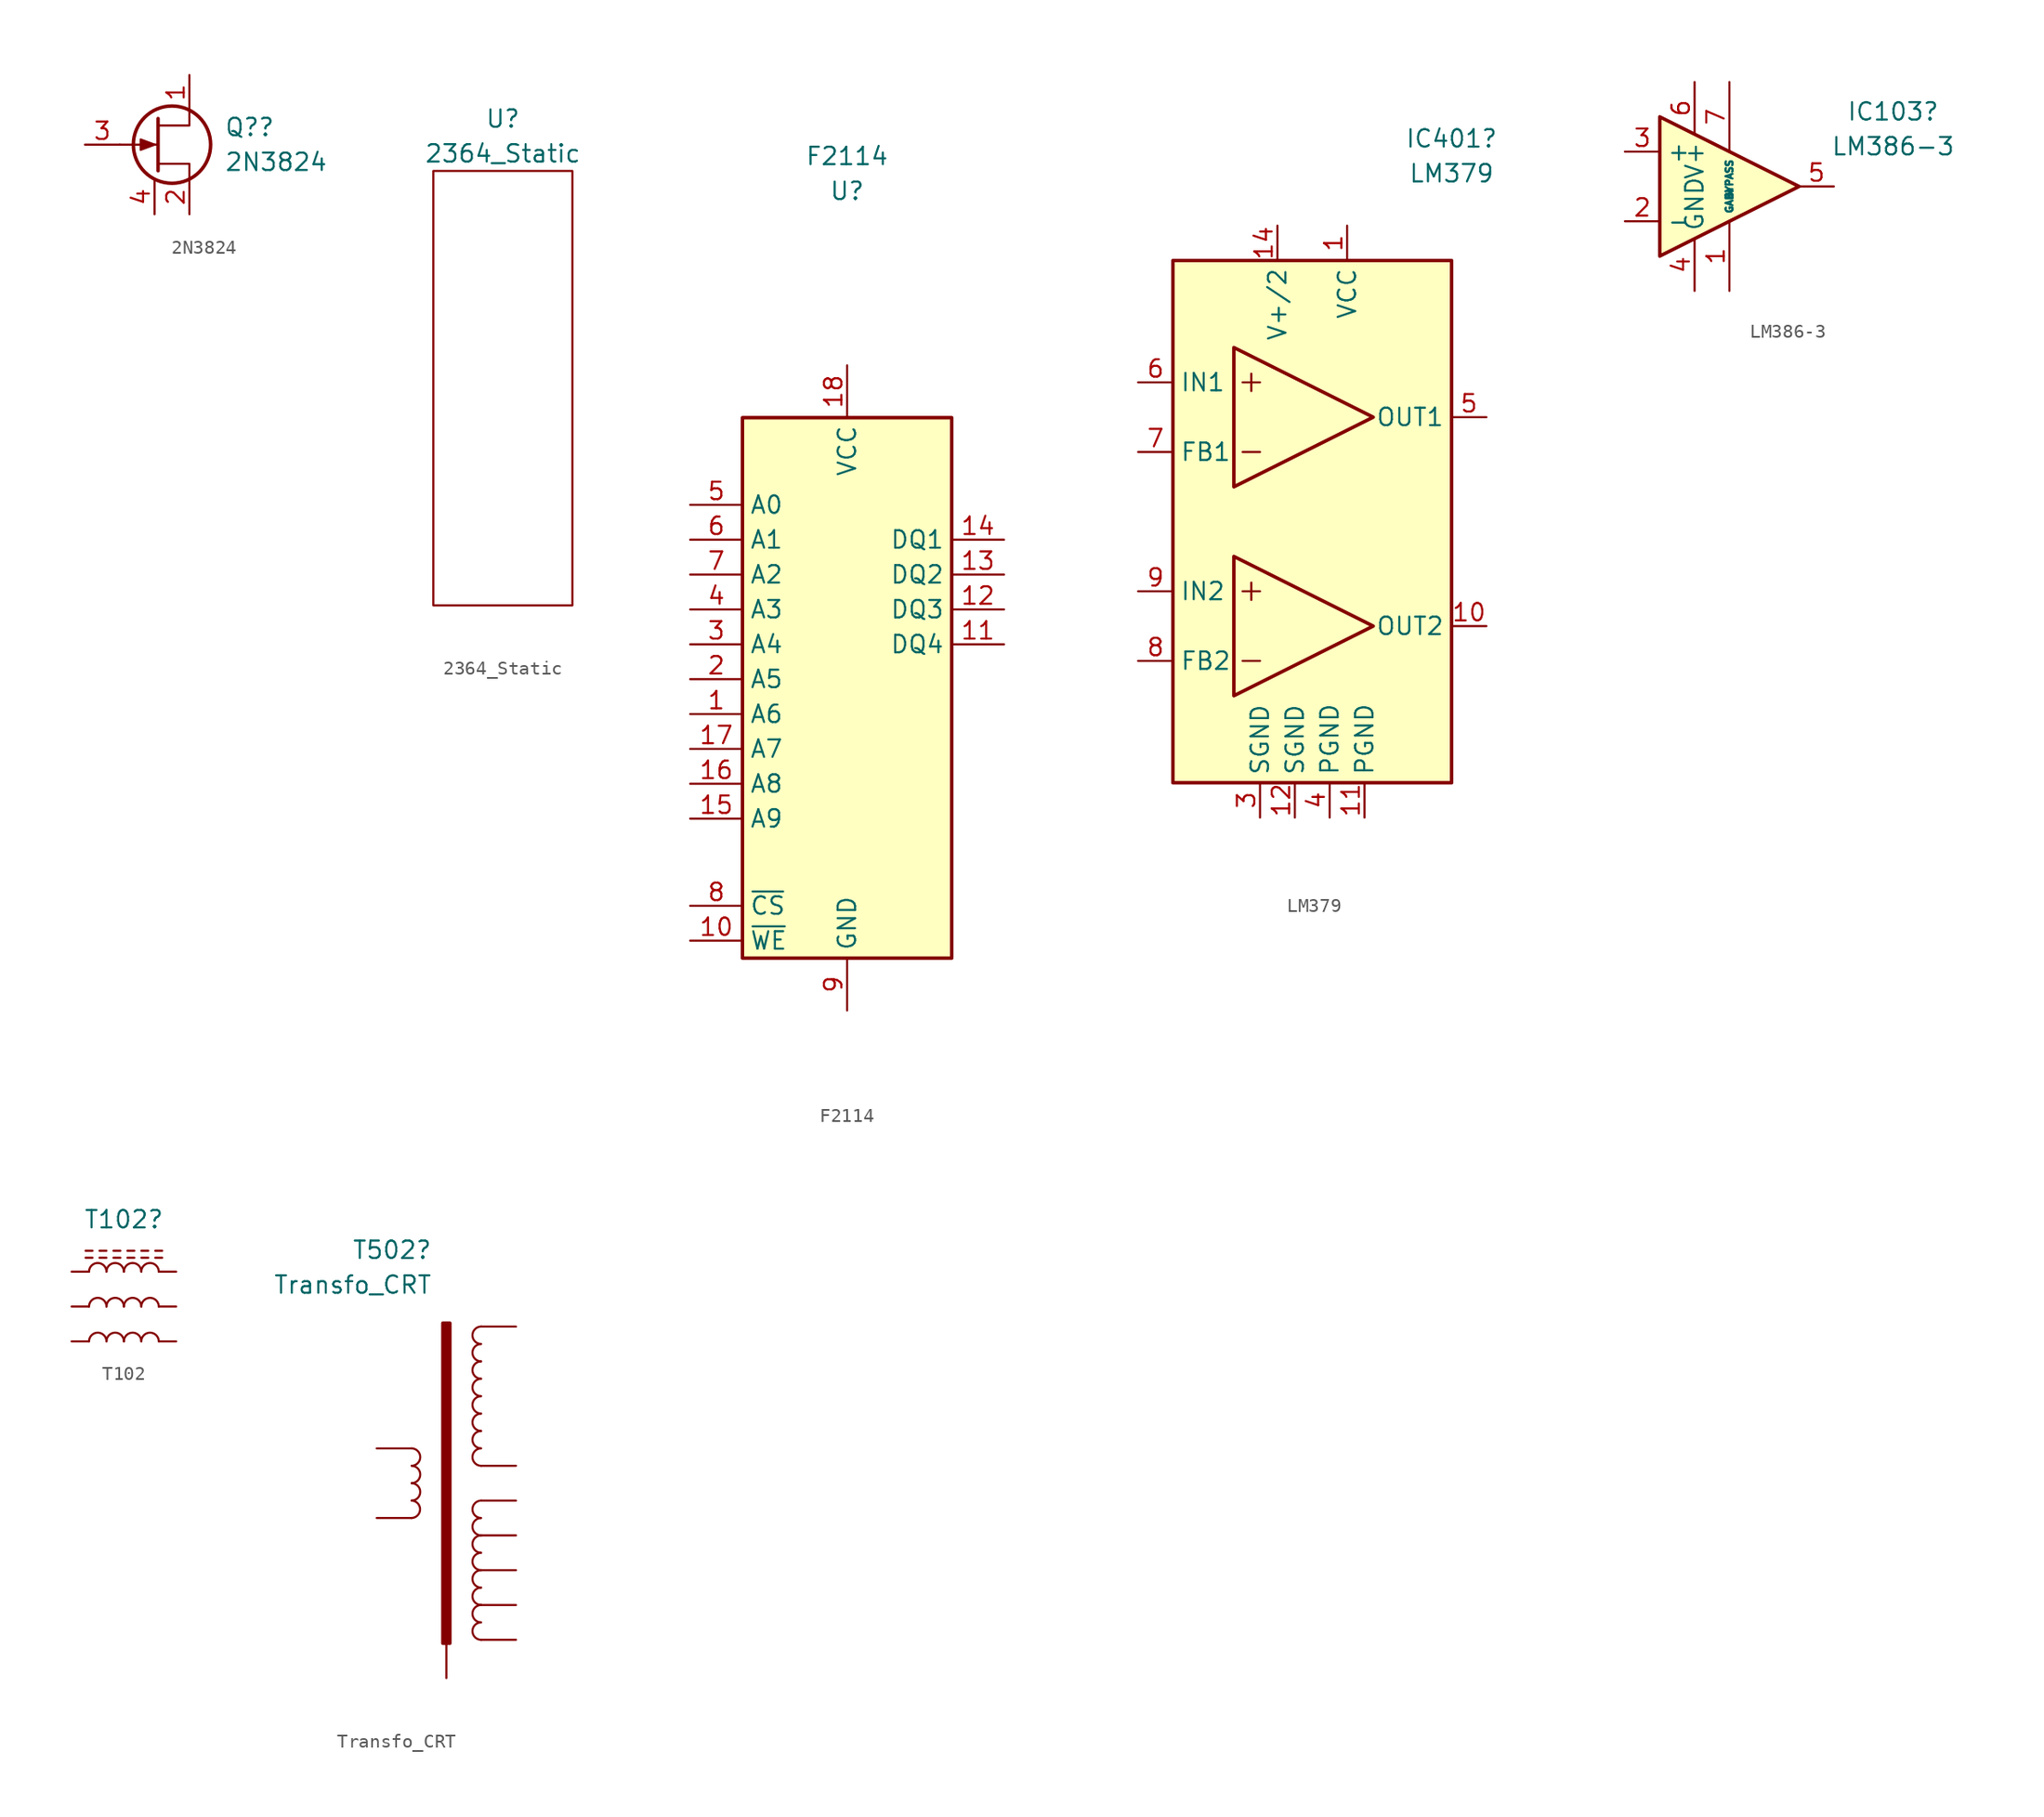
<source format=kicad_sym>
(kicad_symbol_lib
  (version 20211014)
  (generator kicad_symbol_editor)
  (symbol "2N3824"
    (pin_names hide)
    (property "Reference" "Q?"
      (at 5.08 1.27 0)
      (effects (font (size 1.27 1.27)) (justify left)))
    (property "Value" "2N3824"
      (at 5.08 -1.27 0)
      (effects (font (size 1.27 1.27)) (justify left)))
    (symbol "2N3824_0_1"
      (polyline (pts (xy 0.254 0) (xy -2.54 0)) (stroke (width 0) (type default) (color 0 0 0 0)) (fill (type none)))
      (polyline (pts (xy 0.254 1.905) (xy 0.254 -1.905)) (stroke (width 0.254) (type default) (color 0 0 0 0)) (fill (type none)))
      (polyline (pts (xy 2.54 -2.54) (xy 2.54 -1.397) (xy 0.254 -1.397)) (stroke (width 0) (type default) (color 0 0 0 0)) (fill (type none)))
      (polyline (pts (xy 2.54 2.54) (xy 2.54 1.397) (xy 0.254 1.397)) (stroke (width 0) (type default) (color 0 0 0 0)) (fill (type none)))
      (polyline (pts (xy 0 0) (xy -1.016 0.381) (xy -1.016 -0.381) (xy 0 0)) (stroke (width 0) (type default) (color 0 0 0 0)) (fill (type outline)))
      (circle (center 1.27 0) (radius 2.819) (stroke (width 0.254) (type default) (color 0 0 0 0)) (fill (type none))))
    (symbol "2N3824_1_1"
      (pin passive line (at 2.54 5.08 270) (length 2.54) (name "D" (effects (font (size 1.27 1.27)))) (number "1" (effects (font (size 1.27 1.27)))))
      (pin passive line (at 2.54 -5.08 90) (length 2.54) (name "S" (effects (font (size 1.27 1.27)))) (number "2" (effects (font (size 1.27 1.27)))))
      (pin input line (at -5.08 0 0) (length 2.54) (name "G" (effects (font (size 1.27 1.27)))) (number "3" (effects (font (size 1.27 1.27)))))
      (pin passive line (at 0 -5.08 90) (length 2.54) (name "" (effects (font (size 1.27 1.27)))) (number "4" (effects (font (size 1.27 1.27)))))))
  (symbol "2364_Static"
    (property "Reference" "U"
      (at 0 16.51 0)
      (effects (font (size 1.27 1.27))))
    (property "Value" "2364_Static"
      (at 0 13.97 0)
      (effects (font (size 1.27 1.27))))
    (symbol "2364_Static_0_1"
      (rectangle (start -5.08 12.7) (end 5.08 -19.05) (stroke (width 0) (type default) (color 0 0 0 0)) (fill (type none)))))
  (symbol "F2114"
    (property "Reference" "U"
      (at 0 44.45 0)
      (effects (font (size 1.27 1.27))))
    (property "Value" "F2114"
      (at 0 46.99 0)
      (effects (font (size 1.27 1.27))))
    (symbol "F2114_0_0"
      (pin power_in line (at 0 31.75 270) (length 3.81) (name "VCC" (effects (font (size 1.27 1.27)))) (number "18" (effects (font (size 1.27 1.27)))))
      (pin power_in line (at 0 -15.24 90) (length 3.81) (name "GND" (effects (font (size 1.27 1.27)))) (number "9" (effects (font (size 1.27 1.27))))))
    (symbol "F2114_0_1"
      (rectangle (start -7.62 27.94) (end 7.62 -11.43) (stroke (width 0.254) (type default) (color 0 0 0 0)) (fill (type background))))
    (symbol "F2114_1_1"
      (pin input line (at -11.43 6.35 0) (length 3.81) (name "A6" (effects (font (size 1.27 1.27)))) (number "1" (effects (font (size 1.27 1.27)))))
      (pin input line (at -11.43 -10.16 0) (length 3.81) (name "~{WE}" (effects (font (size 1.27 1.27)))) (number "10" (effects (font (size 1.27 1.27)))))
      (pin tri_state line (at 11.43 11.43 180) (length 3.81) (name "DQ4" (effects (font (size 1.27 1.27)))) (number "11" (effects (font (size 1.27 1.27)))))
      (pin tri_state line (at 11.43 13.97 180) (length 3.81) (name "DQ3" (effects (font (size 1.27 1.27)))) (number "12" (effects (font (size 1.27 1.27)))))
      (pin tri_state line (at 11.43 16.51 180) (length 3.81) (name "DQ2" (effects (font (size 1.27 1.27)))) (number "13" (effects (font (size 1.27 1.27)))))
      (pin tri_state line (at 11.43 19.05 180) (length 3.81) (name "DQ1" (effects (font (size 1.27 1.27)))) (number "14" (effects (font (size 1.27 1.27)))))
      (pin input line (at -11.43 -1.27 0) (length 3.81) (name "A9" (effects (font (size 1.27 1.27)))) (number "15" (effects (font (size 1.27 1.27)))))
      (pin input line (at -11.43 1.27 0) (length 3.81) (name "A8" (effects (font (size 1.27 1.27)))) (number "16" (effects (font (size 1.27 1.27)))))
      (pin input line (at -11.43 3.81 0) (length 3.81) (name "A7" (effects (font (size 1.27 1.27)))) (number "17" (effects (font (size 1.27 1.27)))))
      (pin input line (at -11.43 8.89 0) (length 3.81) (name "A5" (effects (font (size 1.27 1.27)))) (number "2" (effects (font (size 1.27 1.27)))))
      (pin input line (at -11.43 11.43 0) (length 3.81) (name "A4" (effects (font (size 1.27 1.27)))) (number "3" (effects (font (size 1.27 1.27)))))
      (pin input line (at -11.43 13.97 0) (length 3.81) (name "A3" (effects (font (size 1.27 1.27)))) (number "4" (effects (font (size 1.27 1.27)))))
      (pin input line (at -11.43 21.59 0) (length 3.81) (name "A0" (effects (font (size 1.27 1.27)))) (number "5" (effects (font (size 1.27 1.27)))))
      (pin input line (at -11.43 19.05 0) (length 3.81) (name "A1" (effects (font (size 1.27 1.27)))) (number "6" (effects (font (size 1.27 1.27)))))
      (pin input line (at -11.43 16.51 0) (length 3.81) (name "A2" (effects (font (size 1.27 1.27)))) (number "7" (effects (font (size 1.27 1.27)))))
      (pin input line (at -11.43 -7.62 0) (length 3.81) (name "~{CS}" (effects (font (size 1.27 1.27)))) (number "8" (effects (font (size 1.27 1.27)))))))
  (symbol "LM379"
    (property "Reference" "IC401"
      (at 10.16 27.94 0)
      (effects (font (size 1.27 1.27))))
    (property "Value" "LM379"
      (at 10.16 25.4 0)
      (effects (font (size 1.27 1.27))))
    (symbol "LM379_0_0"
      (text "" (at -4.191 10.414 0) (effects (font (size 1.27 1.27))))
      (text "" (at -2.413 -1.778 0) (effects (font (size 1.27 1.27)))))
    (symbol "LM379_0_1"
      (rectangle (start -10.16 19.05) (end 10.16 -19.05) (stroke (width 0.254) (type default) (color 0 0 0 0)) (fill (type background)))
      (polyline (pts (xy -5.08 -10.16) (xy -3.81 -10.16)) (stroke (width 0) (type default) (color 0 0 0 0)) (fill (type none)))
      (polyline (pts (xy -5.08 -5.08) (xy -3.81 -5.08)) (stroke (width 0) (type default) (color 0 0 0 0)) (fill (type none)))
      (polyline (pts (xy -5.08 5.08) (xy -3.81 5.08)) (stroke (width 0) (type default) (color 0 0 0 0)) (fill (type none)))
      (polyline (pts (xy -5.08 10.16) (xy -3.81 10.16)) (stroke (width 0) (type default) (color 0 0 0 0)) (fill (type none)))
      (polyline (pts (xy -4.445 -4.445) (xy -4.445 -5.715)) (stroke (width 0) (type default) (color 0 0 0 0)) (fill (type none)))
      (polyline (pts (xy -4.445 10.795) (xy -4.445 9.525)) (stroke (width 0) (type default) (color 0 0 0 0)) (fill (type none))))
    (symbol "LM379_1_1"
      (polyline (pts (xy -5.715 -2.54) (xy 4.445 -7.62) (xy -5.715 -12.7) (xy -5.715 -2.54)) (stroke (width 0.254) (type default) (color 0 0 0 0)) (fill (type background)))
      (polyline (pts (xy -5.715 12.7) (xy 4.445 7.62) (xy -5.715 2.54) (xy -5.715 12.7)) (stroke (width 0.254) (type default) (color 0 0 0 0)) (fill (type background)))
      (pin power_in line (at 2.54 21.59 270) (length 2.54) (name "VCC" (effects (font (size 1.27 1.27)))) (number "1" (effects (font (size 1.27 1.27)))))
      (pin output line (at 12.7 -7.62 180) (length 2.54) (name "OUT2" (effects (font (size 1.27 1.27)))) (number "10" (effects (font (size 1.27 1.27)))))
      (pin power_in line (at 3.81 -21.59 90) (length 2.54) (name "PGND" (effects (font (size 1.27 1.27)))) (number "11" (effects (font (size 1.27 1.27)))))
      (pin power_in line (at -1.27 -21.59 90) (length 2.54) (name "SGND" (effects (font (size 1.27 1.27)))) (number "12" (effects (font (size 1.27 1.27)))))
      (pin no_connect line (at 12.7 -1.27 180) (length 2.54) hide (name "NC" (effects (font (size 1.27 1.27)))) (number "13" (effects (font (size 1.27 1.27)))))
      (pin power_in line (at -2.54 21.59 270) (length 2.54) (name "V+/2" (effects (font (size 1.27 1.27)))) (number "14" (effects (font (size 1.27 1.27)))))
      (pin no_connect line (at 12.7 1.27 180) (length 2.54) hide (name "NC" (effects (font (size 1.27 1.27)))) (number "2" (effects (font (size 1.27 1.27)))))
      (pin power_in line (at -3.81 -21.59 90) (length 2.54) (name "SGND" (effects (font (size 1.27 1.27)))) (number "3" (effects (font (size 1.27 1.27)))))
      (pin power_in line (at 1.27 -21.59 90) (length 2.54) (name "PGND" (effects (font (size 1.27 1.27)))) (number "4" (effects (font (size 1.27 1.27)))))
      (pin output line (at 12.7 7.62 180) (length 2.54) (name "OUT1" (effects (font (size 1.27 1.27)))) (number "5" (effects (font (size 1.27 1.27)))))
      (pin input line (at -12.7 10.16 0) (length 2.54) (name "IN1" (effects (font (size 1.27 1.27)))) (number "6" (effects (font (size 1.27 1.27)))))
      (pin input line (at -12.7 5.08 0) (length 2.54) (name "FB1" (effects (font (size 1.27 1.27)))) (number "7" (effects (font (size 1.27 1.27)))))
      (pin input line (at -12.7 -10.16 0) (length 2.54) (name "FB2" (effects (font (size 1.27 1.27)))) (number "8" (effects (font (size 1.27 1.27)))))
      (pin input line (at -12.7 -5.08 0) (length 2.54) (name "IN2" (effects (font (size 1.27 1.27)))) (number "9" (effects (font (size 1.27 1.27)))))))
  (symbol "LM386-3"
    (property "Reference" "IC103"
      (at 13.208 5.461 0)
      (effects (font (size 1.27 1.27))))
    (property "Value" "LM386-3"
      (at 13.208 2.921 0)
      (effects (font (size 1.27 1.27))))
    (symbol "LM386-3_0_1"
      (polyline (pts (xy 6.35 0) (xy -3.81 5.08) (xy -3.81 -5.08) (xy 6.35 0)) (stroke (width 0.254) (type default) (color 0 0 0 0)) (fill (type background))))
    (symbol "LM386-3_1_1"
      (pin input line (at 1.27 -7.62 90) (length 5.08) (name "GAIN" (effects (font (size 0.508 0.508)))) (number "1" (effects (font (size 1.27 1.27)))))
      (pin input line (at -6.35 -2.54 0) (length 2.54) (name "-" (effects (font (size 1.27 1.27)))) (number "2" (effects (font (size 1.27 1.27)))))
      (pin input line (at -6.35 2.54 0) (length 2.54) (name "+" (effects (font (size 1.27 1.27)))) (number "3" (effects (font (size 1.27 1.27)))))
      (pin power_in line (at -1.27 -7.62 90) (length 3.81) (name "GND" (effects (font (size 1.27 1.27)))) (number "4" (effects (font (size 1.27 1.27)))))
      (pin output line (at 8.89 0 180) (length 2.54) (name "~" (effects (font (size 1.27 1.27)))) (number "5" (effects (font (size 1.27 1.27)))))
      (pin power_in line (at -1.27 7.62 270) (length 3.81) (name "V+" (effects (font (size 1.27 1.27)))) (number "6" (effects (font (size 1.27 1.27)))))
      (pin input line (at 1.27 7.62 270) (length 5.08) (name "BYPASS" (effects (font (size 0.508 0.508)))) (number "7" (effects (font (size 1.27 1.27)))))))
  (symbol "T102"
    (pin_numbers hide)
    (pin_names
      (offset 1.016) hide)
    (property "Reference" "T102"
      (at 0 6.35 0)
      (effects (font (size 1.27 1.27))))
    (symbol "T102_0_1"
      (arc (start -1.27 -2.54) (mid -1.905 -1.905) (end -2.54 -2.54) (stroke (width 0) (type default) (color 0 0 0 0)) (fill (type none)))
      (arc (start -1.27 0) (mid -1.905 0.635) (end -2.54 0) (stroke (width 0) (type default) (color 0 0 0 0)) (fill (type none)))
      (arc (start -1.27 2.54) (mid -1.905 3.175) (end -2.54 2.54) (stroke (width 0) (type default) (color 0 0 0 0)) (fill (type none)))
      (arc (start 0 -2.54) (mid -0.635 -1.905) (end -1.27 -2.54) (stroke (width 0) (type default) (color 0 0 0 0)) (fill (type none)))
      (arc (start 0 0) (mid -0.635 0.635) (end -1.27 0) (stroke (width 0) (type default) (color 0 0 0 0)) (fill (type none)))
      (polyline (pts (xy -2.794 4.064) (xy -2.286 4.064)) (stroke (width 0) (type default) (color 0 0 0 0)) (fill (type none)))
      (polyline (pts (xy -2.286 3.556) (xy -2.794 3.556)) (stroke (width 0) (type default) (color 0 0 0 0)) (fill (type none)))
      (polyline (pts (xy -1.778 4.064) (xy -1.27 4.064)) (stroke (width 0) (type default) (color 0 0 0 0)) (fill (type none)))
      (polyline (pts (xy -1.27 3.556) (xy -1.778 3.556)) (stroke (width 0) (type default) (color 0 0 0 0)) (fill (type none)))
      (polyline (pts (xy -0.762 4.064) (xy -0.254 4.064)) (stroke (width 0) (type default) (color 0 0 0 0)) (fill (type none)))
      (polyline (pts (xy -0.254 3.556) (xy -0.762 3.556)) (stroke (width 0) (type default) (color 0 0 0 0)) (fill (type none)))
      (polyline (pts (xy 0.254 4.064) (xy 0.762 4.064)) (stroke (width 0) (type default) (color 0 0 0 0)) (fill (type none)))
      (polyline (pts (xy 0.762 3.556) (xy 0.254 3.556)) (stroke (width 0) (type default) (color 0 0 0 0)) (fill (type none)))
      (polyline (pts (xy 1.27 4.064) (xy 1.778 4.064)) (stroke (width 0) (type default) (color 0 0 0 0)) (fill (type none)))
      (polyline (pts (xy 1.778 3.556) (xy 1.27 3.556)) (stroke (width 0) (type default) (color 0 0 0 0)) (fill (type none)))
      (polyline (pts (xy 2.286 4.064) (xy 2.794 4.064)) (stroke (width 0) (type default) (color 0 0 0 0)) (fill (type none)))
      (polyline (pts (xy 2.794 3.556) (xy 2.286 3.556)) (stroke (width 0) (type default) (color 0 0 0 0)) (fill (type none)))
      (arc (start 0 2.54) (mid -0.635 3.175) (end -1.27 2.54) (stroke (width 0) (type default) (color 0 0 0 0)) (fill (type none)))
      (arc (start 1.27 -2.54) (mid 0.635 -1.905) (end 0 -2.54) (stroke (width 0) (type default) (color 0 0 0 0)) (fill (type none)))
      (arc (start 1.27 0) (mid 0.635 0.635) (end 0 0) (stroke (width 0) (type default) (color 0 0 0 0)) (fill (type none)))
      (arc (start 1.27 2.54) (mid 0.635 3.175) (end 0 2.54) (stroke (width 0) (type default) (color 0 0 0 0)) (fill (type none)))
      (arc (start 2.54 -2.54) (mid 1.905 -1.905) (end 1.27 -2.54) (stroke (width 0) (type default) (color 0 0 0 0)) (fill (type none)))
      (arc (start 2.54 0) (mid 1.905 0.635) (end 1.27 0) (stroke (width 0) (type default) (color 0 0 0 0)) (fill (type none)))
      (arc (start 2.54 2.54) (mid 1.905 3.175) (end 1.27 2.54) (stroke (width 0) (type default) (color 0 0 0 0)) (fill (type none))))
    (symbol "T102_1_1"
      (pin passive line (at -3.81 -2.54 0) (length 1.27) (name "1" (effects (font (size 1.27 1.27)))) (number "1" (effects (font (size 1.27 1.27)))))
      (pin passive line (at -3.81 0 0) (length 1.27) (name "1" (effects (font (size 1.27 1.27)))) (number "1" (effects (font (size 1.27 1.27)))))
      (pin passive line (at -3.81 2.54 0) (length 1.27) (name "1" (effects (font (size 1.27 1.27)))) (number "1" (effects (font (size 1.27 1.27)))))
      (pin passive line (at 3.81 -2.54 180) (length 1.27) (name "2" (effects (font (size 1.27 1.27)))) (number "2" (effects (font (size 1.27 1.27)))))
      (pin passive line (at 3.81 0 180) (length 1.27) (name "2" (effects (font (size 1.27 1.27)))) (number "2" (effects (font (size 1.27 1.27)))))
      (pin passive line (at 3.81 2.54 180) (length 1.27) (name "2" (effects (font (size 1.27 1.27)))) (number "2" (effects (font (size 1.27 1.27)))))))
  (symbol "Transfo_CRT"
    (pin_numbers hide)
    (pin_names
      (offset 0))
    (property "Reference" "T502"
      (at -1.016 17.018 0)
      (effects (font (size 1.27 1.27)) (justify right)))
    (property "Value" "Transfo_CRT"
      (at -1.016 14.478 0)
      (effects (font (size 1.27 1.27)) (justify right)))
    (symbol "Transfo_CRT_0_1"
      (arc (start -2.54 -2.54) (mid -1.9162 -1.905) (end -2.54 -1.27) (stroke (width 0) (type default) (color 0 0 0 0)) (fill (type none)))
      (arc (start -2.5287 -1.27) (mid -1.9049 -0.635) (end -2.5287 0) (stroke (width 0) (type default) (color 0 0 0 0)) (fill (type none)))
      (arc (start -2.5287 0) (mid -1.9049 0.635) (end -2.5287 1.27) (stroke (width 0) (type default) (color 0 0 0 0)) (fill (type none)))
      (arc (start -2.5287 1.27) (mid -1.9049 1.905) (end -2.5287 2.54) (stroke (width 0) (type default) (color 0 0 0 0)) (fill (type none)))
      (rectangle (start -0.254 11.684) (end 0.254 -11.684) (stroke (width 0.254) (type default) (color 0 0 0 0)) (fill (type outline)))
      (arc (start 2.5287 -10.16) (mid 1.9049 -10.795) (end 2.5287 -11.43) (stroke (width 0) (type default) (color 0 0 0 0)) (fill (type none)))
      (arc (start 2.5287 -8.89) (mid 1.9049 -9.525) (end 2.5287 -10.16) (stroke (width 0) (type default) (color 0 0 0 0)) (fill (type none)))
      (arc (start 2.5287 -7.62) (mid 1.9049 -8.255) (end 2.5287 -8.89) (stroke (width 0) (type default) (color 0 0 0 0)) (fill (type none)))
      (arc (start 2.5287 -6.35) (mid 1.9049 -6.985) (end 2.5287 -7.62) (stroke (width 0) (type default) (color 0 0 0 0)) (fill (type none)))
      (arc (start 2.5287 -5.08) (mid 1.9049 -5.715) (end 2.5287 -6.35) (stroke (width 0) (type default) (color 0 0 0 0)) (fill (type none)))
      (arc (start 2.5287 -3.81) (mid 1.9049 -4.445) (end 2.5287 -5.08) (stroke (width 0) (type default) (color 0 0 0 0)) (fill (type none)))
      (arc (start 2.5287 -2.54) (mid 1.9049 -3.175) (end 2.5287 -3.81) (stroke (width 0) (type default) (color 0 0 0 0)) (fill (type none)))
      (arc (start 2.5287 -1.27) (mid 1.9049 -1.905) (end 2.5287 -2.54) (stroke (width 0) (type default) (color 0 0 0 0)) (fill (type none)))
      (arc (start 2.5287 2.54) (mid 1.9049 1.905) (end 2.5287 1.27) (stroke (width 0) (type default) (color 0 0 0 0)) (fill (type none)))
      (arc (start 2.5287 3.81) (mid 1.9049 3.175) (end 2.5287 2.54) (stroke (width 0) (type default) (color 0 0 0 0)) (fill (type none)))
      (arc (start 2.5287 5.08) (mid 1.9049 4.445) (end 2.5287 3.81) (stroke (width 0) (type default) (color 0 0 0 0)) (fill (type none)))
      (arc (start 2.5287 6.35) (mid 1.9049 5.715) (end 2.5287 5.08) (stroke (width 0) (type default) (color 0 0 0 0)) (fill (type none)))
      (arc (start 2.5287 7.62) (mid 1.9049 6.985) (end 2.5287 6.35) (stroke (width 0) (type default) (color 0 0 0 0)) (fill (type none)))
      (arc (start 2.5287 8.89) (mid 1.9049 8.255) (end 2.5287 7.62) (stroke (width 0) (type default) (color 0 0 0 0)) (fill (type none)))
      (arc (start 2.5287 10.16) (mid 1.9049 9.525) (end 2.5287 8.89) (stroke (width 0) (type default) (color 0 0 0 0)) (fill (type none)))
      (arc (start 2.5287 11.43) (mid 1.9049 10.795) (end 2.5287 10.16) (stroke (width 0) (type default) (color 0 0 0 0)) (fill (type none))))
    (symbol "Transfo_CRT_1_1"
      (pin power_in line (at 0 -14.224 90) (length 2.54) (name "" (effects (font (size 1.27 1.27)))) (number "" (effects (font (size 1.27 1.27)))))
      (pin passive line (at 5.08 11.43 180) (length 2.54) (name "~" (effects (font (size 1.27 1.27)))) (number "1" (effects (font (size 1.27 1.27)))))
      (pin passive line (at -5.08 2.54 0) (length 2.54) (name "~" (effects (font (size 1.27 1.27)))) (number "10" (effects (font (size 1.27 1.27)))))
      (pin passive line (at 5.08 1.27 180) (length 2.54) (name "~" (effects (font (size 1.27 1.27)))) (number "10" (effects (font (size 1.27 1.27)))))
      (pin passive line (at 5.08 -8.89 180) (length 2.54) (name "~" (effects (font (size 1.27 1.27)))) (number "2" (effects (font (size 1.27 1.27)))))
      (pin passive line (at 5.08 -11.43 180) (length 2.54) (name "~" (effects (font (size 1.27 1.27)))) (number "5" (effects (font (size 1.27 1.27)))))
      (pin passive line (at 5.08 -6.35 180) (length 2.54) (name "~" (effects (font (size 1.27 1.27)))) (number "6" (effects (font (size 1.27 1.27)))))
      (pin passive line (at 5.08 -3.81 180) (length 2.54) (name "~" (effects (font (size 1.27 1.27)))) (number "7" (effects (font (size 1.27 1.27)))))
      (pin passive line (at -5.08 -2.54 0) (length 2.54) (name "~" (effects (font (size 1.27 1.27)))) (number "9" (effects (font (size 1.27 1.27)))))
      (pin passive line (at 5.08 -1.27 180) (length 2.54) (name "~" (effects (font (size 1.27 1.27)))) (number "9" (effects (font (size 1.27 1.27))))))))
</source>
